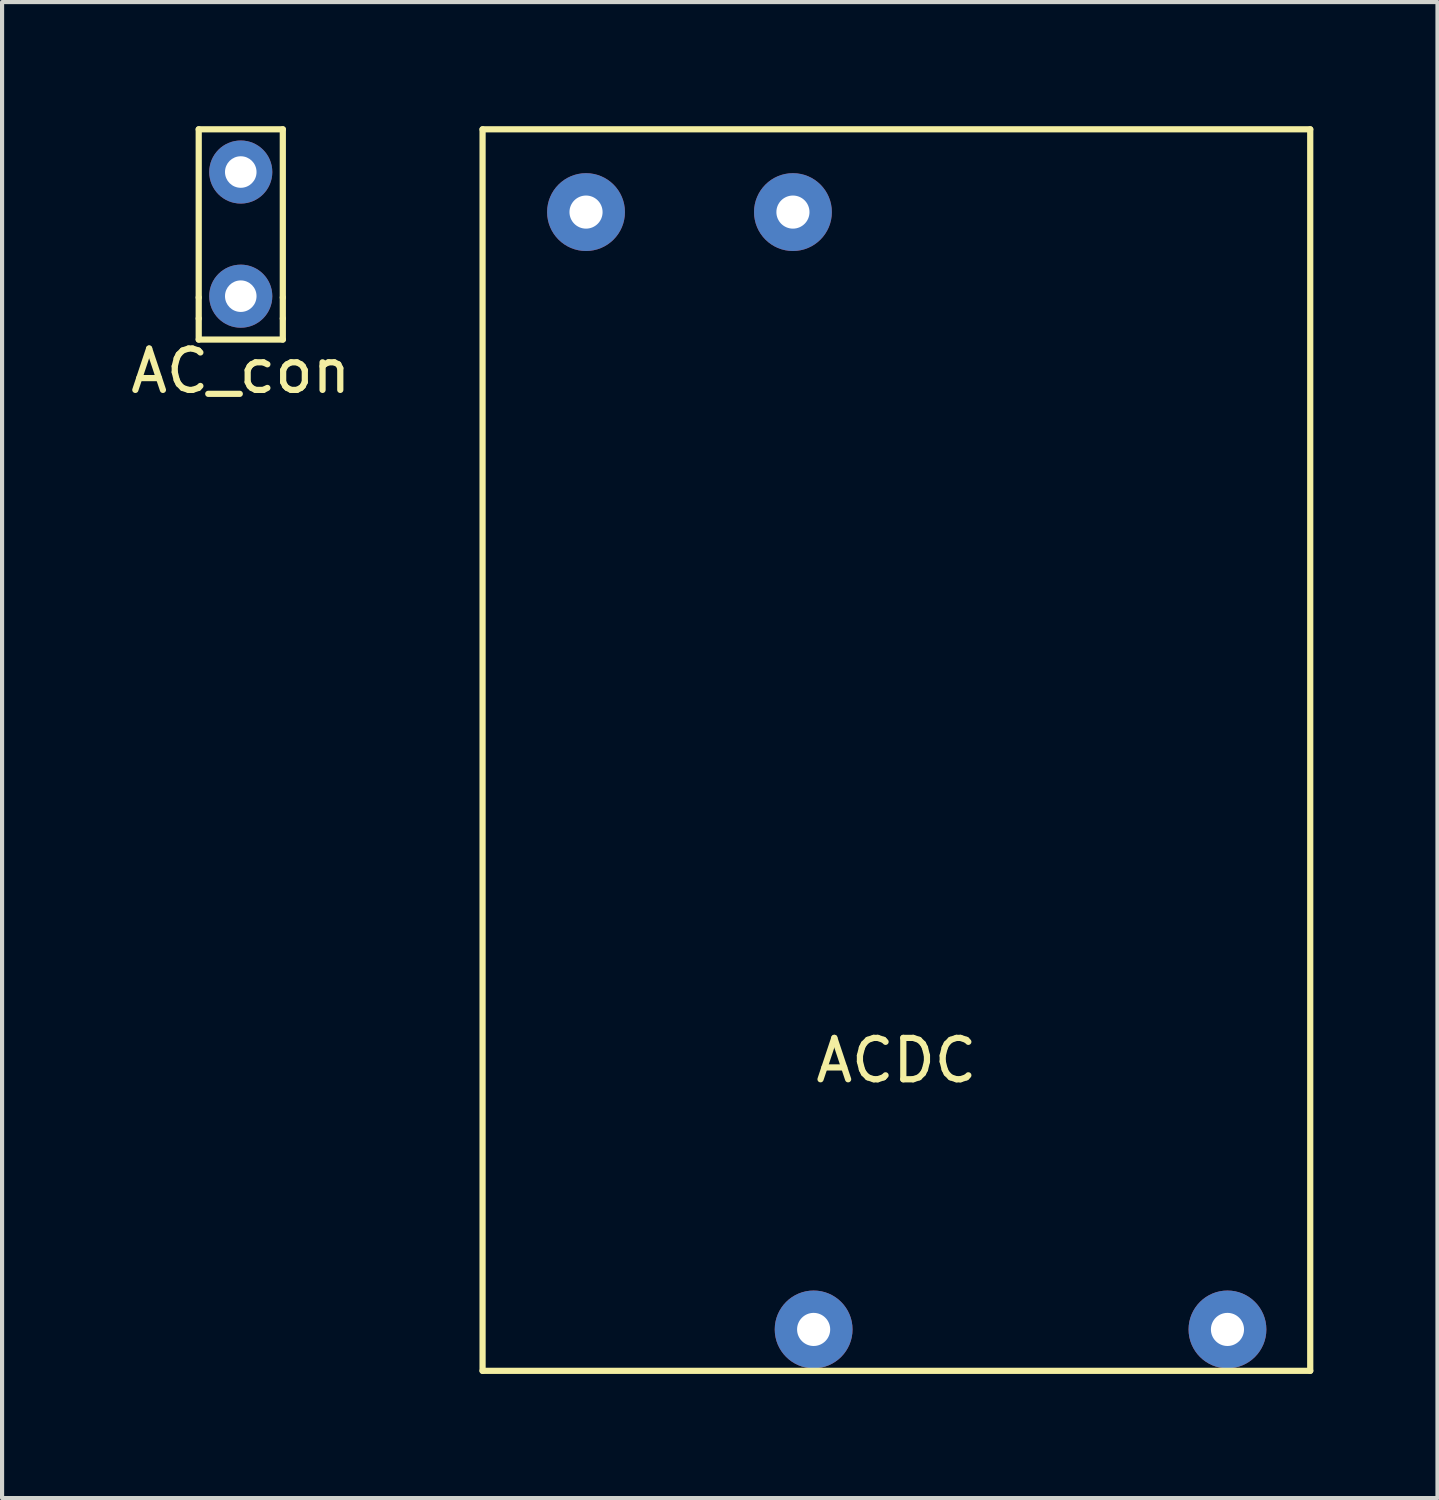
<source format=kicad_pcb>
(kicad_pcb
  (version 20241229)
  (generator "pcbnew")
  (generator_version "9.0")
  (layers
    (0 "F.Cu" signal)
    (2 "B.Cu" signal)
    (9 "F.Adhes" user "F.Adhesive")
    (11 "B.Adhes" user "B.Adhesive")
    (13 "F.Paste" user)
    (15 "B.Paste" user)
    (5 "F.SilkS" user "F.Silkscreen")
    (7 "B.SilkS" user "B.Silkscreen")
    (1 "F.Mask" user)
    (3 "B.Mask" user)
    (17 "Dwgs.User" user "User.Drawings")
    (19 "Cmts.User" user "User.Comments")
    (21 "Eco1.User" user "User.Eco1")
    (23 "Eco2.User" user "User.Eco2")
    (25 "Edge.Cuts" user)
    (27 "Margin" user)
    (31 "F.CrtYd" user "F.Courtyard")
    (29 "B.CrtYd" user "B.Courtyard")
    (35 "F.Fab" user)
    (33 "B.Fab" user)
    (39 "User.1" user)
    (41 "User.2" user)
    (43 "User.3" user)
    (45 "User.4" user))
  (footprint "AC_con"
    (layer "F.Cu")
    (at 2.768 2.107)
    (property "Reference" "AC_con" (at 0 3.81 0) (layer "F.SilkS") (effects (font (size 1 1) (thickness 0.15))))
    (attr through_hole)
    (fp_line (start -1.016 -2.032) (end -1.016 2.032) (stroke (width 0.15) (type solid)) (layer "F.SilkS"))
    (fp_line (start -1.016 -2.032) (end 1.016 -2.032) (stroke (width 0.15) (type solid)) (layer "F.SilkS"))
    (fp_line (start -1.016 2.032) (end -1.016 2.54) (stroke (width 0.15) (type solid)) (layer "F.SilkS"))
    (fp_line (start -1.016 3.048) (end -1.016 2.54) (stroke (width 0.15) (type solid)) (layer "F.SilkS"))
    (fp_line (start 1.016 -2.032) (end 1.016 2.032) (stroke (width 0.15) (type solid)) (layer "F.SilkS"))
    (fp_line (start 1.016 2.032) (end 1.016 2.54) (stroke (width 0.15) (type solid)) (layer "F.SilkS"))
    (fp_line (start 1.016 2.54) (end 1.016 3.048) (stroke (width 0.15) (type solid)) (layer "F.SilkS"))
    (fp_line (start 1.016 3.048) (end -1.016 3.048) (stroke (width 0.15) (type solid)) (layer "F.SilkS"))
    (pad "1" thru_hole circle (at 0 -1) (size 1.524 1.524) (drill 0.762) (layers "*.Cu" "*.Mask"))
    (pad "2" thru_hole circle (at 0 2) (size 1.524 1.524) (drill 0.762) (layers "*.Cu" "*.Mask")))
  (footprint "ACDC"
    (layer "F.Cu")
    (at 18.611 15.075)
    (property "Reference" "ACDC" (at 0 7.5 0) (layer "F.SilkS") (effects (font (size 1 1) (thickness 0.15))))
    (attr through_hole)
    (fp_line (start -10 -15) (end 10 -15) (stroke (width 0.15) (type solid)) (layer "F.SilkS"))
    (fp_line (start -10 15) (end -10 -15) (stroke (width 0.15) (type solid)) (layer "F.SilkS"))
    (fp_line (start 10 -15) (end 10 15) (stroke (width 0.15) (type solid)) (layer "F.SilkS"))
    (fp_line (start 10 15) (end -10 15) (stroke (width 0.15) (type solid)) (layer "F.SilkS"))
    (pad "1" thru_hole circle (at -7.5 -13) (size 1.88 1.88) (drill 0.8) (layers "*.Cu" "*.Mask"))
    (pad "2" thru_hole circle (at -2.5 -13) (size 1.88 1.88) (drill 0.8) (layers "*.Cu" "*.Mask"))
    (pad "3" thru_hole circle (at 8 14) (size 1.88 1.88) (drill 0.8) (layers "*.Cu" "*.Mask"))
    (pad "4" thru_hole circle (at -2 14) (size 1.88 1.88) (drill 0.8) (layers "*.Cu" "*.Mask")))
  (gr_rect
    (start -3 -3)
    (end 31.686 33.15)
    (stroke (width 0.1) (type default))
    (fill no)
    (layer "Edge.Cuts")))
</source>
